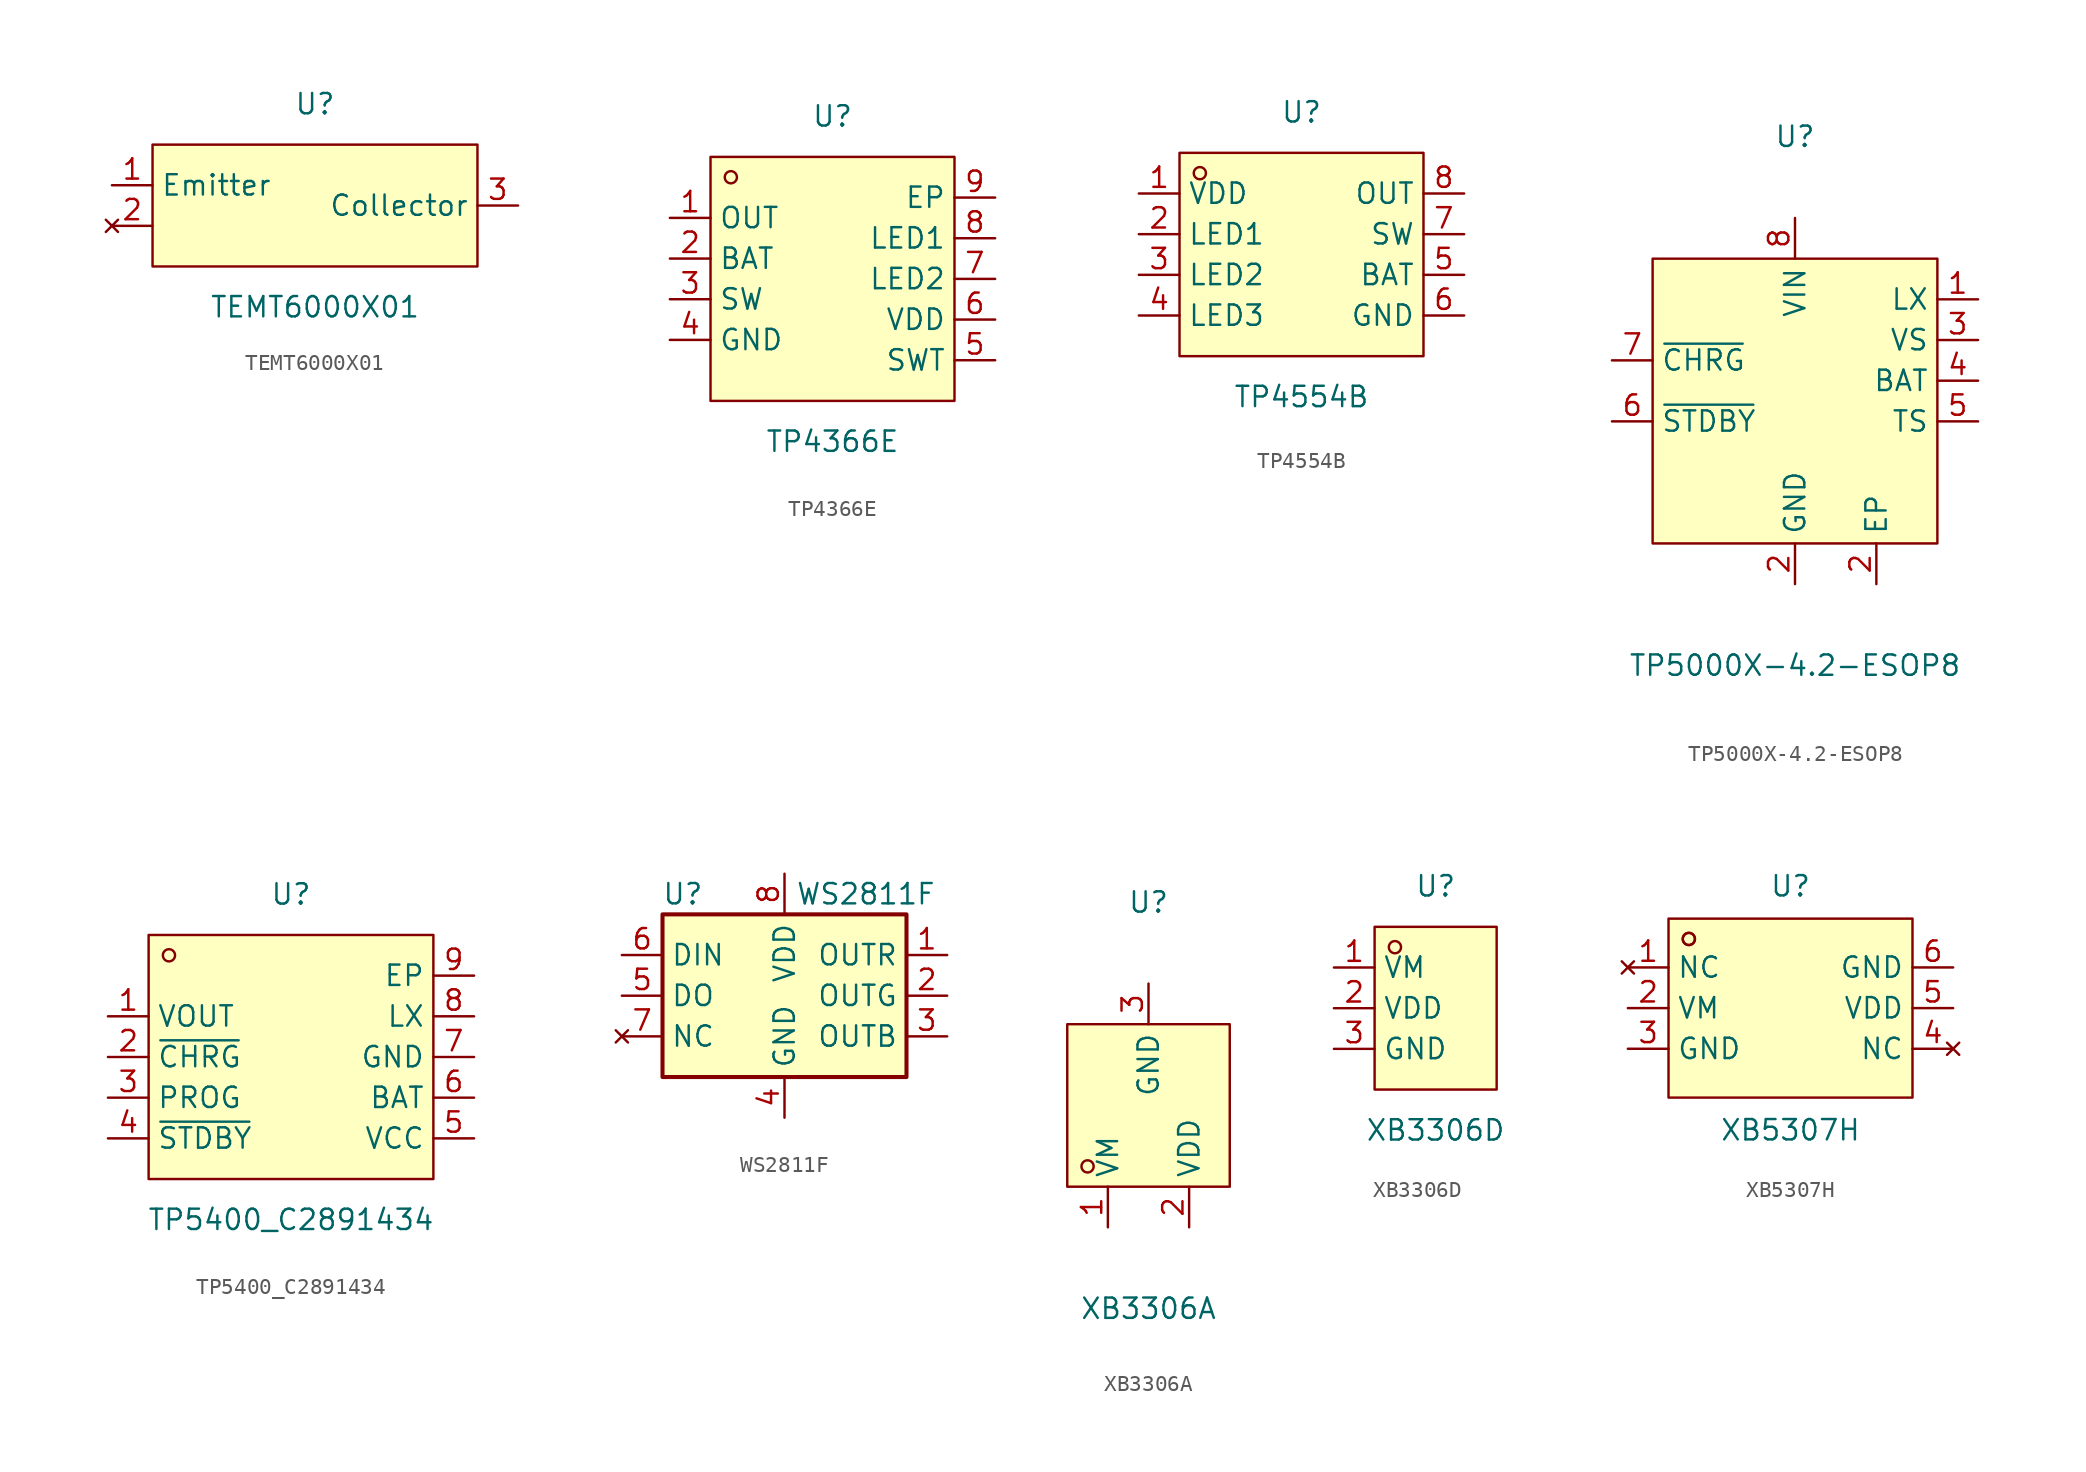
<source format=kicad_sym>
(kicad_symbol_lib
  (version 20231120)
  (generator "kicad_symbol_editor")
  (generator_version "8.0")
  (symbol "TEMT6000X01"
    (property "Reference" "U"
      (at 0 6.35 0)
      (effects (font (size 1.27 1.27))))
    (property "Value" "TEMT6000X01"
      (at 0 -6.35 0)
      (effects (font (size 1.27 1.27))))
    (symbol "TEMT6000X01_0_1"
      (rectangle (start -10.16 3.81) (end 10.16 -3.81) (stroke (width 0) (type default)) (fill (type background))))
    (symbol "TEMT6000X01_1_1"
      (pin passive line (at -12.7 1.27 0) (length 2.54) (name "Emitter" (effects (font (size 1.27 1.27)))) (number "1" (effects (font (size 1.27 1.27)))))
      (pin no_connect line (at -12.7 -1.27 0) (length 2.54) (name "" (effects (font (size 1.27 1.27)))) (number "2" (effects (font (size 1.27 1.27)))))
      (pin passive line (at 12.7 0 180) (length 2.54) (name "Collector" (effects (font (size 1.27 1.27)))) (number "3" (effects (font (size 1.27 1.27)))))))
  (symbol "TP4366E"
    (property "Reference" "U"
      (at 0 10.16 0)
      (effects (font (size 1.27 1.27))))
    (property "Value" "TP4366E"
      (at 0 -10.16 0)
      (effects (font (size 1.27 1.27))))
    (symbol "TP4366E_0_1"
      (rectangle (start -7.62 7.62) (end 7.62 -7.62) (stroke (width 0) (type default)) (fill (type background)))
      (circle (center -6.35 6.35) (radius 0.38) (stroke (width 0) (type default)) (fill (type none)))
      (pin unspecified line (at -10.16 3.81 0) (length 2.54) (name "OUT" (effects (font (size 1.27 1.27)))) (number "1" (effects (font (size 1.27 1.27)))))
      (pin unspecified line (at -10.16 1.27 0) (length 2.54) (name "BAT" (effects (font (size 1.27 1.27)))) (number "2" (effects (font (size 1.27 1.27)))))
      (pin unspecified line (at -10.16 -1.27 0) (length 2.54) (name "SW" (effects (font (size 1.27 1.27)))) (number "3" (effects (font (size 1.27 1.27)))))
      (pin unspecified line (at -10.16 -3.81 0) (length 2.54) (name "GND" (effects (font (size 1.27 1.27)))) (number "4" (effects (font (size 1.27 1.27)))))
      (pin unspecified line (at 10.16 -5.08 180) (length 2.54) (name "SWT" (effects (font (size 1.27 1.27)))) (number "5" (effects (font (size 1.27 1.27)))))
      (pin unspecified line (at 10.16 -2.54 180) (length 2.54) (name "VDD" (effects (font (size 1.27 1.27)))) (number "6" (effects (font (size 1.27 1.27)))))
      (pin unspecified line (at 10.16 0 180) (length 2.54) (name "LED2" (effects (font (size 1.27 1.27)))) (number "7" (effects (font (size 1.27 1.27)))))
      (pin unspecified line (at 10.16 2.54 180) (length 2.54) (name "LED1" (effects (font (size 1.27 1.27)))) (number "8" (effects (font (size 1.27 1.27)))))
      (pin unspecified line (at 10.16 5.08 180) (length 2.54) (name "EP" (effects (font (size 1.27 1.27)))) (number "9" (effects (font (size 1.27 1.27)))))))
  (symbol "TP4554B"
    (property "Reference" "U"
      (at 0 8.89 0)
      (effects (font (size 1.27 1.27))))
    (property "Value" "TP4554B"
      (at 0 -8.89 0)
      (effects (font (size 1.27 1.27))))
    (symbol "TP4554B_0_1"
      (rectangle (start -7.62 6.35) (end 7.62 -6.35) (stroke (width 0) (type default)) (fill (type background)))
      (circle (center -6.35 5.08) (radius 0.38) (stroke (width 0) (type default)) (fill (type none)))
      (pin unspecified line (at -10.16 3.81 0) (length 2.54) (name "VDD" (effects (font (size 1.27 1.27)))) (number "1" (effects (font (size 1.27 1.27)))))
      (pin unspecified line (at -10.16 1.27 0) (length 2.54) (name "LED1" (effects (font (size 1.27 1.27)))) (number "2" (effects (font (size 1.27 1.27)))))
      (pin unspecified line (at -10.16 -1.27 0) (length 2.54) (name "LED2" (effects (font (size 1.27 1.27)))) (number "3" (effects (font (size 1.27 1.27)))))
      (pin unspecified line (at -10.16 -3.81 0) (length 2.54) (name "LED3" (effects (font (size 1.27 1.27)))) (number "4" (effects (font (size 1.27 1.27)))))
      (pin unspecified line (at 10.16 -1.27 180) (length 2.54) (name "BAT" (effects (font (size 1.27 1.27)))) (number "5" (effects (font (size 1.27 1.27)))))
      (pin unspecified line (at 10.16 -3.81 180) (length 2.54) (name "GND" (effects (font (size 1.27 1.27)))) (number "6" (effects (font (size 1.27 1.27)))))
      (pin unspecified line (at 10.16 1.27 180) (length 2.54) (name "SW" (effects (font (size 1.27 1.27)))) (number "7" (effects (font (size 1.27 1.27)))))
      (pin unspecified line (at 10.16 3.81 180) (length 2.54) (name "OUT" (effects (font (size 1.27 1.27)))) (number "8" (effects (font (size 1.27 1.27)))))))
  (symbol "TP5000X-4.2-ESOP8"
    (property "Reference" "U"
      (at 0 16.51 0)
      (effects (font (size 1.27 1.27))))
    (property "Value" "TP5000X-4.2-ESOP8"
      (at 0 -16.51 0)
      (effects (font (size 1.27 1.27))))
    (symbol "TP5000X-4.2-ESOP8_0_1"
      (rectangle (start -8.89 8.89) (end 8.89 -8.89) (stroke (width 0) (type default)) (fill (type background)))
      (pin unspecified line (at 11.43 6.35 180) (length 2.54) (name "LX" (effects (font (size 1.27 1.27)))) (number "1" (effects (font (size 1.27 1.27)))))
      (pin unspecified line (at 5.08 -11.43 90) (length 2.54) (name "EP" (effects (font (size 1.27 1.27)))) (number "2" (effects (font (size 1.27 1.27)))))
      (pin unspecified line (at 0 -11.43 90) (length 2.54) (name "GND" (effects (font (size 1.27 1.27)))) (number "2" (effects (font (size 1.27 1.27)))))
      (pin unspecified line (at 11.43 3.81 180) (length 2.54) (name "VS" (effects (font (size 1.27 1.27)))) (number "3" (effects (font (size 1.27 1.27)))))
      (pin unspecified line (at 11.43 1.27 180) (length 2.54) (name "BAT" (effects (font (size 1.27 1.27)))) (number "4" (effects (font (size 1.27 1.27)))))
      (pin unspecified line (at 11.43 -1.27 180) (length 2.54) (name "TS" (effects (font (size 1.27 1.27)))) (number "5" (effects (font (size 1.27 1.27)))))
      (pin unspecified line (at -11.43 -1.27 0) (length 2.54) (name "~{STDBY}" (effects (font (size 1.27 1.27)))) (number "6" (effects (font (size 1.27 1.27)))))
      (pin unspecified line (at -11.43 2.54 0) (length 2.54) (name "~{CHRG}" (effects (font (size 1.27 1.27)))) (number "7" (effects (font (size 1.27 1.27)))))
      (pin unspecified line (at 0 11.43 270) (length 2.54) (name "VIN" (effects (font (size 1.27 1.27)))) (number "8" (effects (font (size 1.27 1.27)))))))
  (symbol "TP5400_C2891434"
    (property "Reference" "U"
      (at 0 10.16 0)
      (effects (font (size 1.27 1.27))))
    (property "Value" "TP5400_C2891434"
      (at 0 -10.16 0)
      (effects (font (size 1.27 1.27))))
    (symbol "TP5400_C2891434_0_1"
      (rectangle (start -8.89 7.62) (end 8.89 -7.62) (stroke (width 0) (type default)) (fill (type background)))
      (circle (center -7.62 6.35) (radius 0.38) (stroke (width 0) (type default)) (fill (type none))))
    (symbol "TP5400_C2891434_1_1"
      (pin power_in line (at -11.43 2.54 0) (length 2.54) (name "VOUT" (effects (font (size 1.27 1.27)))) (number "1" (effects (font (size 1.27 1.27)))))
      (pin open_collector line (at -11.43 0 0) (length 2.54) (name "~{CHRG}" (effects (font (size 1.27 1.27)))) (number "2" (effects (font (size 1.27 1.27)))))
      (pin passive line (at -11.43 -2.54 0) (length 2.54) (name "PROG" (effects (font (size 1.27 1.27)))) (number "3" (effects (font (size 1.27 1.27)))))
      (pin open_collector line (at -11.43 -5.08 0) (length 2.54) (name "~{STDBY}" (effects (font (size 1.27 1.27)))) (number "4" (effects (font (size 1.27 1.27)))))
      (pin power_in line (at 11.43 -5.08 180) (length 2.54) (name "VCC" (effects (font (size 1.27 1.27)))) (number "5" (effects (font (size 1.27 1.27)))))
      (pin passive line (at 11.43 -2.54 180) (length 2.54) (name "BAT" (effects (font (size 1.27 1.27)))) (number "6" (effects (font (size 1.27 1.27)))))
      (pin power_in line (at 11.43 0 180) (length 2.54) (name "GND" (effects (font (size 1.27 1.27)))) (number "7" (effects (font (size 1.27 1.27)))))
      (pin passive line (at 11.43 2.54 180) (length 2.54) (name "LX" (effects (font (size 1.27 1.27)))) (number "8" (effects (font (size 1.27 1.27)))))
      (pin power_in line (at 11.43 5.08 180) (length 2.54) (name "EP" (effects (font (size 1.27 1.27)))) (number "9" (effects (font (size 1.27 1.27)))))))
  (symbol "WS2811F"
    (property "Reference" "U"
      (at -6.35 6.35 0)
      (effects (font (size 1.27 1.27))))
    (property "Value" "WS2811F"
      (at 5.08 6.35 0)
      (effects (font (size 1.27 1.27))))
    (symbol "WS2811F_0_1"
      (rectangle (start -7.62 5.08) (end 7.62 -5.08) (stroke (width 0.254) (type default)) (fill (type background))))
    (symbol "WS2811F_1_1"
      (pin output line (at 10.16 2.54 180) (length 2.54) (name "OUTR" (effects (font (size 1.27 1.27)))) (number "1" (effects (font (size 1.27 1.27)))))
      (pin output line (at 10.16 0 180) (length 2.54) (name "OUTG" (effects (font (size 1.27 1.27)))) (number "2" (effects (font (size 1.27 1.27)))))
      (pin output line (at 10.16 -2.54 180) (length 2.54) (name "OUTB" (effects (font (size 1.27 1.27)))) (number "3" (effects (font (size 1.27 1.27)))))
      (pin power_in line (at 0 -7.62 90) (length 2.54) (name "GND" (effects (font (size 1.27 1.27)))) (number "4" (effects (font (size 1.27 1.27)))))
      (pin output line (at -10.16 0 0) (length 2.54) (name "DO" (effects (font (size 1.27 1.27)))) (number "5" (effects (font (size 1.27 1.27)))))
      (pin input line (at -10.16 2.54 0) (length 2.54) (name "DIN" (effects (font (size 1.27 1.27)))) (number "6" (effects (font (size 1.27 1.27)))))
      (pin no_connect line (at -10.16 -2.54 0) (length 2.54) (name "NC" (effects (font (size 1.27 1.27)))) (number "7" (effects (font (size 1.27 1.27)))))
      (pin power_in line (at 0 7.62 270) (length 2.54) (name "VDD" (effects (font (size 1.27 1.27)))) (number "8" (effects (font (size 1.27 1.27)))))))
  (symbol "XB3306A"
    (property "Reference" "U"
      (at 0 12.7 0)
      (effects (font (size 1.27 1.27))))
    (property "Value" "XB3306A"
      (at 0 -12.7 0)
      (effects (font (size 1.27 1.27))))
    (symbol "XB3306A_0_1"
      (rectangle (start -5.08 5.08) (end 5.08 -5.08) (stroke (width 0) (type default)) (fill (type background)))
      (circle (center -3.81 -3.81) (radius 0.38) (stroke (width 0) (type default)) (fill (type none))))
    (symbol "XB3306A_1_1"
      (pin passive line (at -2.54 -7.62 90) (length 2.54) (name "VM" (effects (font (size 1.27 1.27)))) (number "1" (effects (font (size 1.27 1.27)))))
      (pin passive line (at 2.54 -7.62 90) (length 2.54) (name "VDD" (effects (font (size 1.27 1.27)))) (number "2" (effects (font (size 1.27 1.27)))))
      (pin passive line (at 0 7.62 270) (length 2.54) (name "GND" (effects (font (size 1.27 1.27)))) (number "3" (effects (font (size 1.27 1.27)))))))
  (symbol "XB3306D"
    (property "Reference" "U"
      (at 0 7.62 0)
      (effects (font (size 1.27 1.27))))
    (property "Value" "XB3306D"
      (at 0 -7.62 0)
      (effects (font (size 1.27 1.27))))
    (symbol "XB3306D_0_1"
      (rectangle (start -3.81 5.08) (end 3.81 -5.08) (stroke (width 0) (type default)) (fill (type background)))
      (circle (center -2.54 3.81) (radius 0.38) (stroke (width 0) (type default)) (fill (type none))))
    (symbol "XB3306D_1_1"
      (pin passive line (at -6.35 2.54 0) (length 2.54) (name "VM" (effects (font (size 1.27 1.27)))) (number "1" (effects (font (size 1.27 1.27)))))
      (pin passive line (at -6.35 0 0) (length 2.54) (name "VDD" (effects (font (size 1.27 1.27)))) (number "2" (effects (font (size 1.27 1.27)))))
      (pin passive line (at -6.35 -2.54 0) (length 2.54) (name "GND" (effects (font (size 1.27 1.27)))) (number "3" (effects (font (size 1.27 1.27)))))))
  (symbol "XB5307H"
    (property "Reference" "U"
      (at 0 7.62 0)
      (effects (font (size 1.27 1.27))))
    (property "Value" "XB5307H"
      (at 0 -7.62 0)
      (effects (font (size 1.27 1.27))))
    (symbol "XB5307H_0_1"
      (rectangle (start -7.62 5.59) (end 7.62 -5.59) (stroke (width 0) (type default)) (fill (type background)))
      (circle (center -6.35 4.32) (radius 0.38) (stroke (width 0) (type default)) (fill (type none)))
      (circle (center -6.35 4.32) (radius 0.38) (stroke (width 0) (type default)) (fill (type none))))
    (symbol "XB5307H_1_1"
      (pin no_connect line (at -10.16 2.54 0) (length 2.54) (name "NC" (effects (font (size 1.27 1.27)))) (number "1" (effects (font (size 1.27 1.27)))))
      (pin input line (at -10.16 0 0) (length 2.54) (name "VM" (effects (font (size 1.27 1.27)))) (number "2" (effects (font (size 1.27 1.27)))))
      (pin input line (at -10.16 -2.54 0) (length 2.54) (name "GND" (effects (font (size 1.27 1.27)))) (number "3" (effects (font (size 1.27 1.27)))))
      (pin no_connect line (at 10.16 -2.54 180) (length 2.54) (name "NC" (effects (font (size 1.27 1.27)))) (number "4" (effects (font (size 1.27 1.27)))))
      (pin input line (at 10.16 0 180) (length 2.54) (name "VDD" (effects (font (size 1.27 1.27)))) (number "5" (effects (font (size 1.27 1.27)))))
      (pin input line (at 10.16 2.54 180) (length 2.54) (name "GND" (effects (font (size 1.27 1.27)))) (number "6" (effects (font (size 1.27 1.27))))))))
</source>
